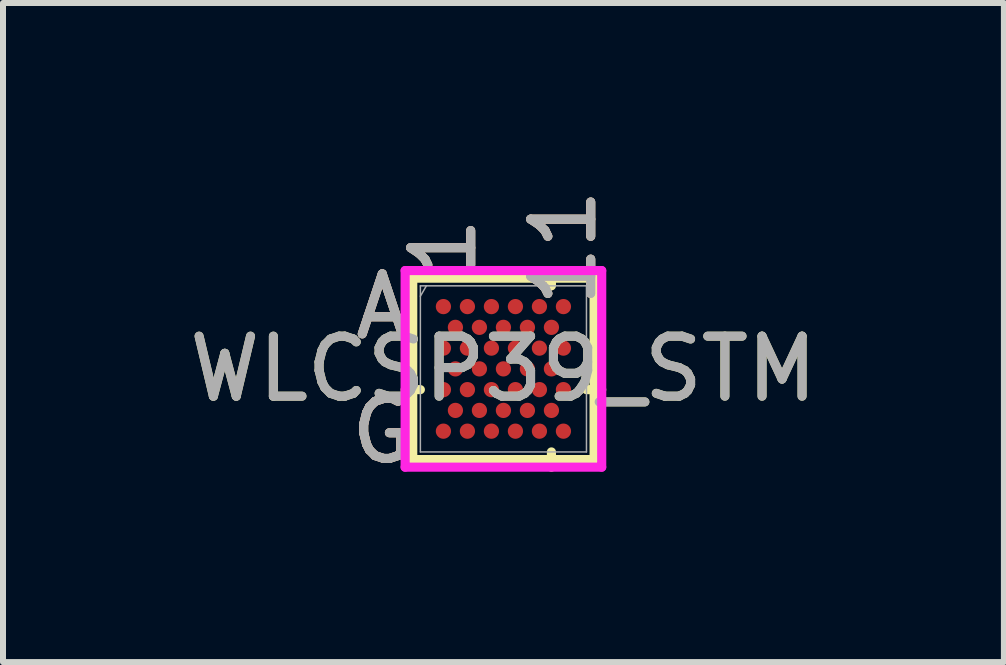
<source format=kicad_pcb>
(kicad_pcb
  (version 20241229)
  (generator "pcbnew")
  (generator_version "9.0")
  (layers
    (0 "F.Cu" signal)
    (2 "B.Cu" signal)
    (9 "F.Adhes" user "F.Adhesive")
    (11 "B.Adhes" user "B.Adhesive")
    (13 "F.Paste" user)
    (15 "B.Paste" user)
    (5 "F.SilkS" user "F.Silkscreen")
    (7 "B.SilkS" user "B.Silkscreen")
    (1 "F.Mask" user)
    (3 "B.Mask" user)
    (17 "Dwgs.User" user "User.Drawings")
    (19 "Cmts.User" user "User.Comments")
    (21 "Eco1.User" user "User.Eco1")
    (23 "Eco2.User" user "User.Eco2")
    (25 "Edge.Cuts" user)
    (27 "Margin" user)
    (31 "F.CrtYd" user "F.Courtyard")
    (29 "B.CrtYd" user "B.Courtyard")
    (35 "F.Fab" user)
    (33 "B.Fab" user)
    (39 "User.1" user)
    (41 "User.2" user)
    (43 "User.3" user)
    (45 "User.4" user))
  (footprint "WLCSP39_STM"
    (layer "F.Cu")
    (at 5.339 3.097)
    (property "Reference" "WLCSP39_STM" (at 0 0 0) (unlocked yes) (layer "F.SilkS") (effects (font (size 1 1) (thickness 0.15))))
    (attr smd)
    (fp_line (start -1.511 -1.511) (end -1.511 1.511) (stroke (width 0.152) (type solid)) (layer "F.SilkS"))
    (fp_line (start -1.511 1.511) (end 1.511 1.511) (stroke (width 0.152) (type solid)) (layer "F.SilkS"))
    (fp_line (start -1.384 0.346) (end -1.638 0.346) (stroke (width 0.152) (type solid)) (layer "F.SilkS"))
    (fp_line (start 0.8 -1.384) (end 0.8 -1.638) (stroke (width 0.152) (type solid)) (layer "F.SilkS"))
    (fp_line (start 0.8 1.384) (end 0.8 1.638) (stroke (width 0.152) (type solid)) (layer "F.SilkS"))
    (fp_line (start 1.384 0.346) (end 1.638 0.346) (stroke (width 0.152) (type solid)) (layer "F.SilkS"))
    (fp_line (start 1.511 -1.511) (end -1.511 -1.511) (stroke (width 0.152) (type solid)) (layer "F.SilkS"))
    (fp_line (start 1.511 1.511) (end 1.511 -1.511) (stroke (width 0.152) (type solid)) (layer "F.SilkS"))
    (fp_poly (pts (xy -1.544 -1.655) (xy 1.544 -1.655) (xy 1.544 1.655) (xy -1.544 1.655)) (stroke (width 0.1) (type solid)) (fill no) (layer "Eco2.User"))
    (fp_line (start -1.638 -1.638) (end 1.638 -1.638) (stroke (width 0.152) (type solid)) (layer "F.CrtYd"))
    (fp_line (start -1.638 1.638) (end -1.638 -1.638) (stroke (width 0.152) (type solid)) (layer "F.CrtYd"))
    (fp_line (start 1.638 -1.638) (end 1.638 1.638) (stroke (width 0.152) (type solid)) (layer "F.CrtYd"))
    (fp_line (start 1.638 1.638) (end -1.638 1.638) (stroke (width 0.152) (type solid)) (layer "F.CrtYd"))
    (fp_line (start -1.384 -1.384) (end -1.384 1.384) (stroke (width 0.025) (type solid)) (layer "F.Fab"))
    (fp_line (start -1.384 1.384) (end 1.384 1.384) (stroke (width 0.025) (type solid)) (layer "F.Fab"))
    (fp_line (start -1.284 -1.384) (end -1.384 -1.211) (stroke (width 0.025) (type solid)) (layer "F.Fab"))
    (fp_line (start 1.384 -1.384) (end -1.384 -1.384) (stroke (width 0.025) (type solid)) (layer "F.Fab"))
    (fp_line (start 1.384 1.384) (end 1.384 -1.384) (stroke (width 0.025) (type solid)) (layer "F.Fab"))
    (fp_text user "A" (at -2.019 -1.038 0) (unlocked yes) (layer "F.SilkS") (effects (font (size 1 1) (thickness 0.15))))
    (fp_text user "11" (at 1 -2.019 90) (unlocked yes) (layer "F.SilkS") (effects (font (size 1 1) (thickness 0.15))))
    (fp_text user "G" (at -2.019 1.038 0) (unlocked yes) (layer "F.SilkS") (effects (font (size 1 1) (thickness 0.15))))
    (fp_text user "1" (at -1 -2.019 90) (unlocked yes) (layer "F.SilkS") (effects (font (size 1 1) (thickness 0.15))))
    (fp_text user "A" (at -2.019 -1.038 0) (unlocked yes) (layer "B.SilkS") (effects (font (size 1 1) (thickness 0.15))))
    (fp_text user "11" (at 1 -2.019 90) (unlocked yes) (layer "B.SilkS") (effects (font (size 1 1) (thickness 0.15))))
    (fp_text user "1" (at -1 -2.019 90) (unlocked yes) (layer "B.SilkS") (effects (font (size 1 1) (thickness 0.15))))
    (fp_text user "G" (at -2.019 1.038 0) (unlocked yes) (layer "B.SilkS") (effects (font (size 1 1) (thickness 0.15))))
    (fp_text user "${REFERENCE}" (at 0 0 0) (unlocked yes) (layer "F.Fab") (effects (font (size 1 1) (thickness 0.15))))
    (fp_text user "1" (at -1 -2.019 90) (unlocked yes) (layer "F.Fab") (effects (font (size 1 1) (thickness 0.15))))
    (fp_text user "11" (at 1 -2.019 90) (unlocked yes) (layer "F.Fab") (effects (font (size 1 1) (thickness 0.15))))
    (fp_text user "A" (at -2.019 -1.038 0) (unlocked yes) (layer "F.Fab") (effects (font (size 1 1) (thickness 0.15))))
    (fp_text user "G" (at -2.019 1.038 0) (unlocked yes) (layer "F.Fab") (effects (font (size 1 1) (thickness 0.15))))
    (pad "A1" smd circle (at -1 -1.038) (size 0.254 0.254) (layers "F.Cu" "F.Mask" "F.Paste"))
    (pad "A3" smd circle (at -0.6 -1.038) (size 0.254 0.254) (layers "F.Cu" "F.Mask" "F.Paste"))
    (pad "A5" smd circle (at -0.2 -1.038) (size 0.254 0.254) (layers "F.Cu" "F.Mask" "F.Paste"))
    (pad "A7" smd circle (at 0.2 -1.038) (size 0.254 0.254) (layers "F.Cu" "F.Mask" "F.Paste"))
    (pad "A9" smd circle (at 0.6 -1.038) (size 0.254 0.254) (layers "F.Cu" "F.Mask" "F.Paste"))
    (pad "A11" smd circle (at 1 -1.038) (size 0.254 0.254) (layers "F.Cu" "F.Mask" "F.Paste"))
    (pad "B2" smd circle (at -0.8 -0.692) (size 0.254 0.254) (layers "F.Cu" "F.Mask" "F.Paste"))
    (pad "B4" smd circle (at -0.4 -0.692) (size 0.254 0.254) (layers "F.Cu" "F.Mask" "F.Paste"))
    (pad "B6" smd circle (at 0 -0.692) (size 0.254 0.254) (layers "F.Cu" "F.Mask" "F.Paste"))
    (pad "B8" smd circle (at 0.4 -0.692) (size 0.254 0.254) (layers "F.Cu" "F.Mask" "F.Paste"))
    (pad "B10" smd circle (at 0.8 -0.692) (size 0.254 0.254) (layers "F.Cu" "F.Mask" "F.Paste"))
    (pad "C1" smd circle (at -1 -0.346) (size 0.254 0.254) (layers "F.Cu" "F.Mask" "F.Paste"))
    (pad "C3" smd circle (at -0.6 -0.346) (size 0.254 0.254) (layers "F.Cu" "F.Mask" "F.Paste"))
    (pad "C5" smd circle (at -0.2 -0.346) (size 0.254 0.254) (layers "F.Cu" "F.Mask" "F.Paste"))
    (pad "C7" smd circle (at 0.2 -0.346) (size 0.254 0.254) (layers "F.Cu" "F.Mask" "F.Paste"))
    (pad "C9" smd circle (at 0.6 -0.346) (size 0.254 0.254) (layers "F.Cu" "F.Mask" "F.Paste"))
    (pad "C11" smd circle (at 1 -0.346) (size 0.254 0.254) (layers "F.Cu" "F.Mask" "F.Paste"))
    (pad "D2" smd circle (at -0.8 0) (size 0.254 0.254) (layers "F.Cu" "F.Mask" "F.Paste"))
    (pad "D4" smd circle (at -0.4 0) (size 0.254 0.254) (layers "F.Cu" "F.Mask" "F.Paste"))
    (pad "D6" smd circle (at 0 0) (size 0.254 0.254) (layers "F.Cu" "F.Mask" "F.Paste"))
    (pad "D8" smd circle (at 0.4 0) (size 0.254 0.254) (layers "F.Cu" "F.Mask" "F.Paste"))
    (pad "D10" smd circle (at 0.8 0) (size 0.254 0.254) (layers "F.Cu" "F.Mask" "F.Paste"))
    (pad "E1" smd circle (at -1 0.346) (size 0.254 0.254) (layers "F.Cu" "F.Mask" "F.Paste"))
    (pad "E3" smd circle (at -0.6 0.346) (size 0.254 0.254) (layers "F.Cu" "F.Mask" "F.Paste"))
    (pad "E5" smd circle (at -0.2 0.346) (size 0.254 0.254) (layers "F.Cu" "F.Mask" "F.Paste"))
    (pad "E7" smd circle (at 0.2 0.346) (size 0.254 0.254) (layers "F.Cu" "F.Mask" "F.Paste"))
    (pad "E9" smd circle (at 0.6 0.346) (size 0.254 0.254) (layers "F.Cu" "F.Mask" "F.Paste"))
    (pad "E11" smd circle (at 1 0.346) (size 0.254 0.254) (layers "F.Cu" "F.Mask" "F.Paste"))
    (pad "F2" smd circle (at -0.8 0.692) (size 0.254 0.254) (layers "F.Cu" "F.Mask" "F.Paste"))
    (pad "F4" smd circle (at -0.4 0.692) (size 0.254 0.254) (layers "F.Cu" "F.Mask" "F.Paste"))
    (pad "F6" smd circle (at 0 0.692) (size 0.254 0.254) (layers "F.Cu" "F.Mask" "F.Paste"))
    (pad "F8" smd circle (at 0.4 0.692) (size 0.254 0.254) (layers "F.Cu" "F.Mask" "F.Paste"))
    (pad "F10" smd circle (at 0.8 0.692) (size 0.254 0.254) (layers "F.Cu" "F.Mask" "F.Paste"))
    (pad "G1" smd circle (at -1 1.038) (size 0.254 0.254) (layers "F.Cu" "F.Mask" "F.Paste"))
    (pad "G3" smd circle (at -0.6 1.038) (size 0.254 0.254) (layers "F.Cu" "F.Mask" "F.Paste"))
    (pad "G5" smd circle (at -0.2 1.038) (size 0.254 0.254) (layers "F.Cu" "F.Mask" "F.Paste"))
    (pad "G7" smd circle (at 0.2 1.038) (size 0.254 0.254) (layers "F.Cu" "F.Mask" "F.Paste"))
    (pad "G9" smd circle (at 0.6 1.038) (size 0.254 0.254) (layers "F.Cu" "F.Mask" "F.Paste"))
    (pad "G11" smd circle (at 1 1.038) (size 0.254 0.254) (layers "F.Cu" "F.Mask" "F.Paste")))
  (gr_rect
    (start -3 -3)
    (end 13.679 7.983)
    (stroke (width 0.1) (type default))
    (fill no)
    (layer "Edge.Cuts")))
</source>
